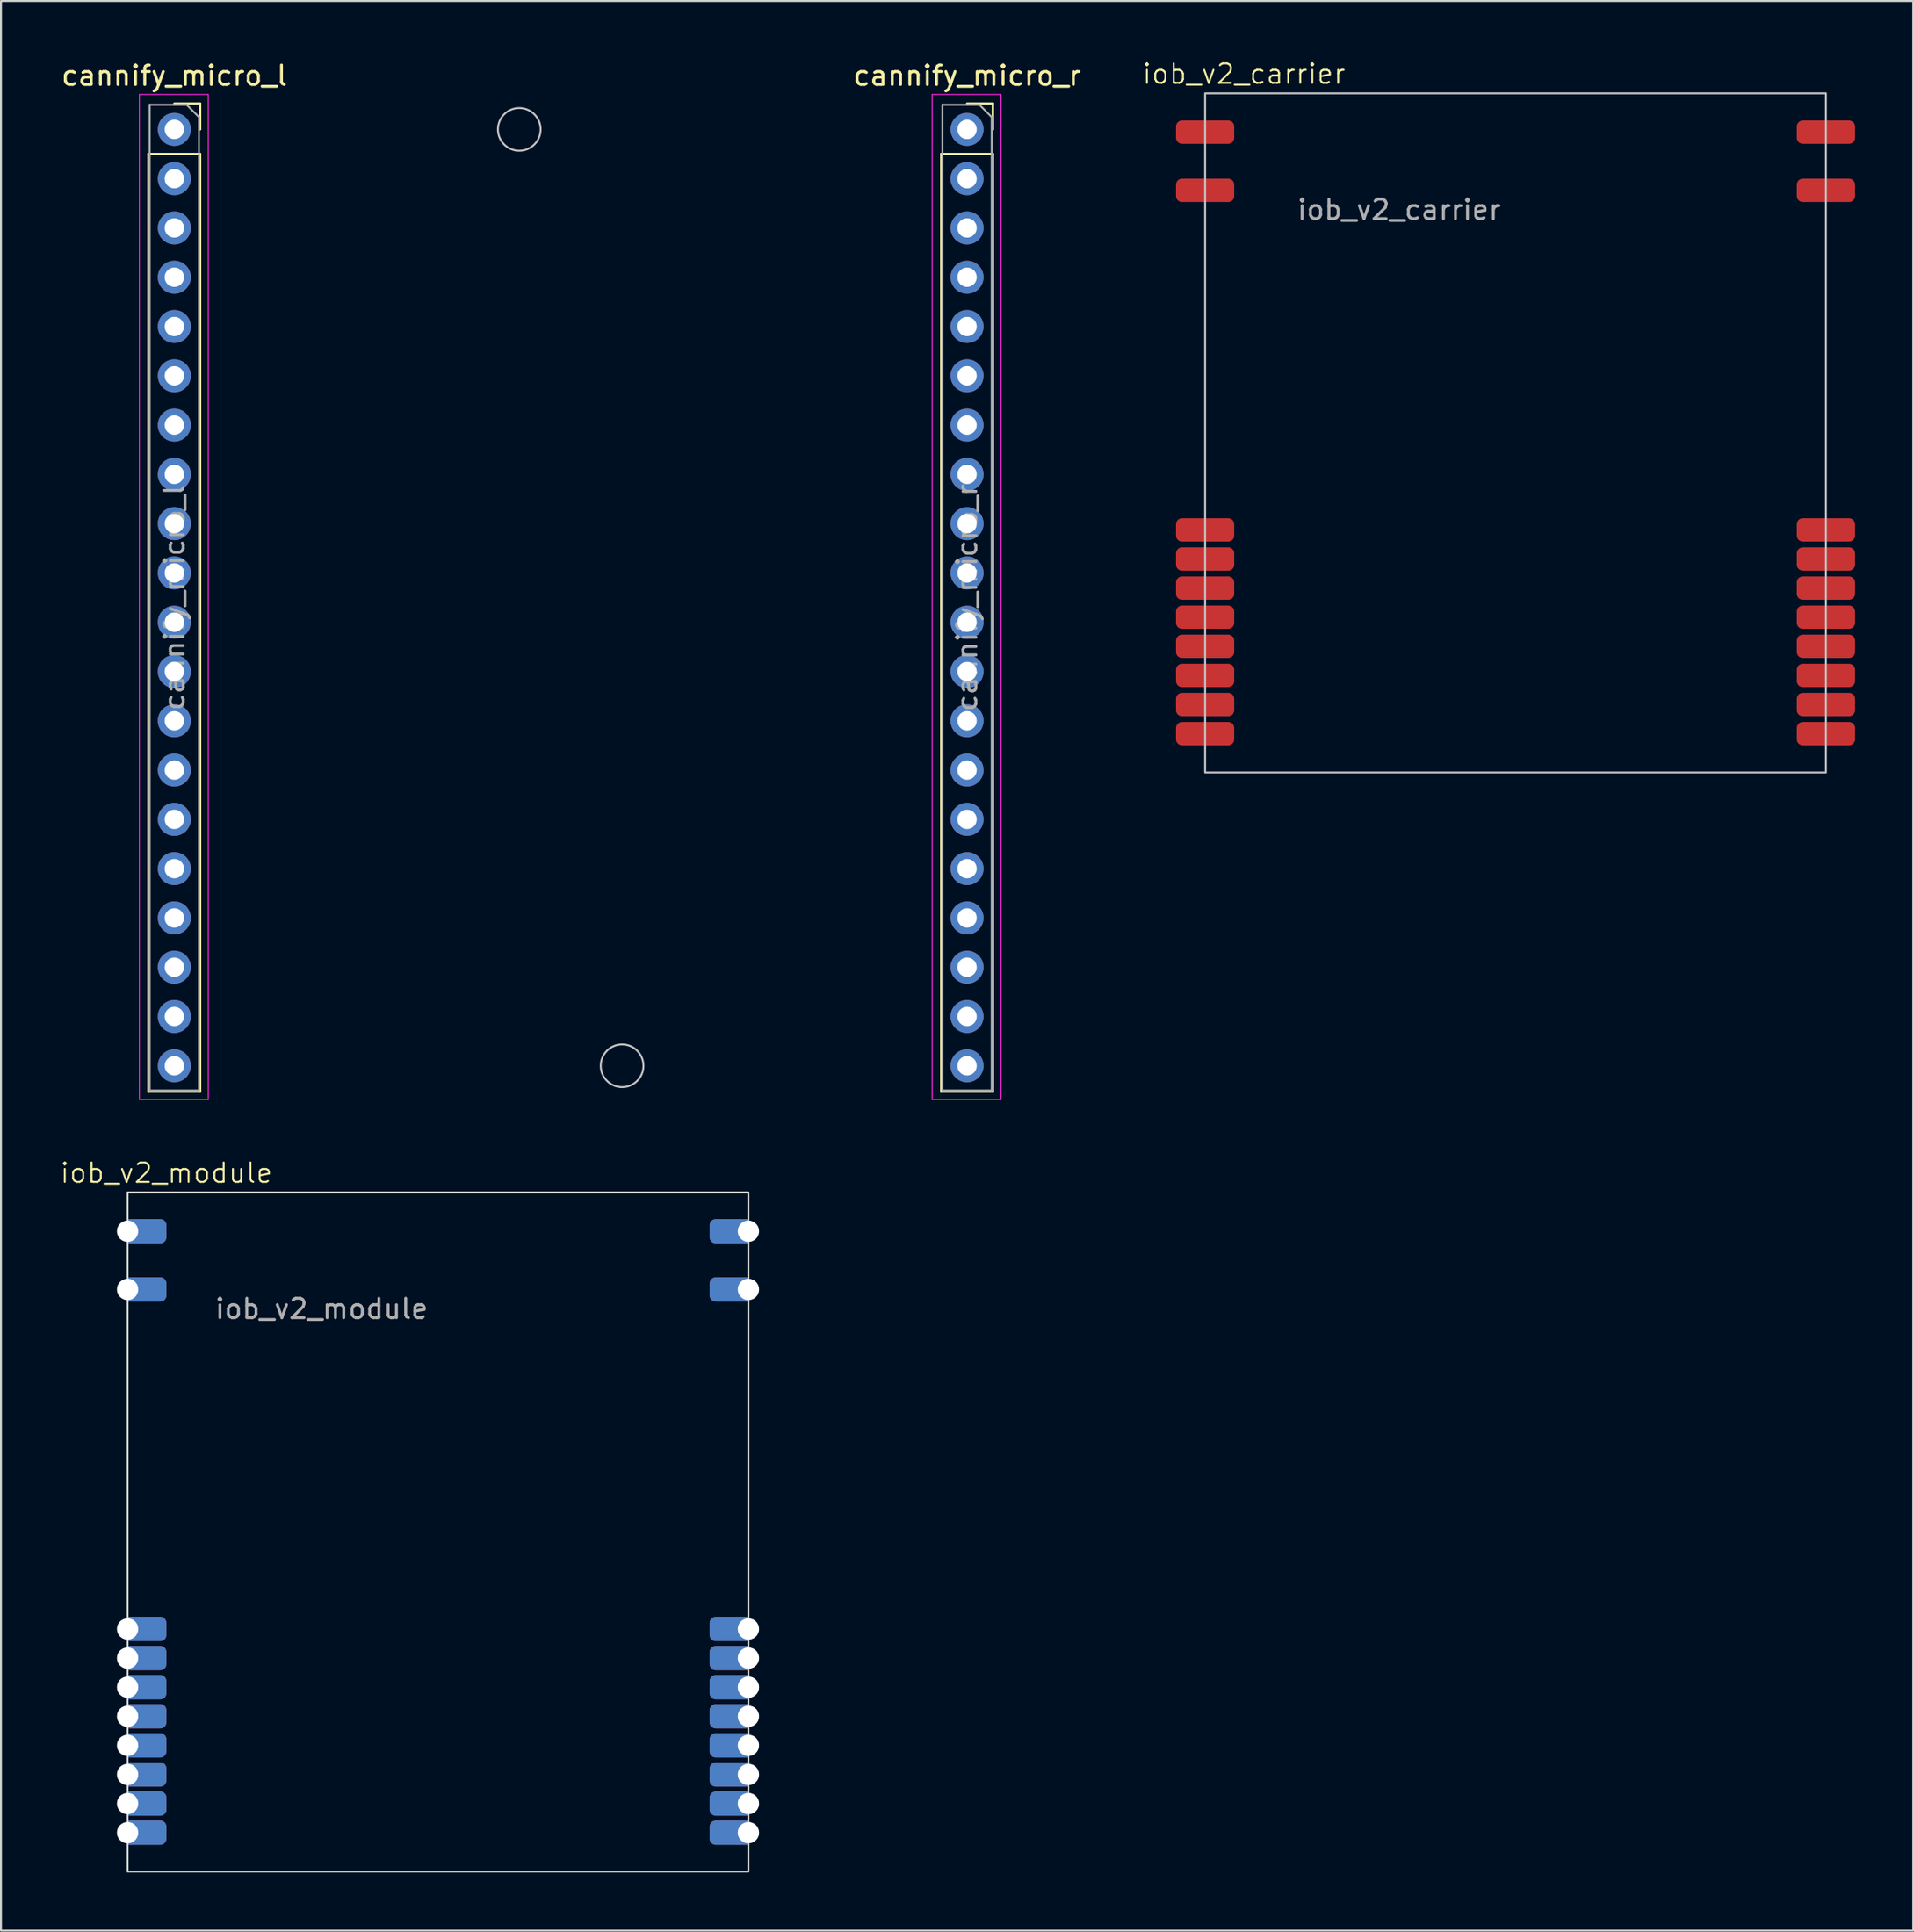
<source format=kicad_pcb>
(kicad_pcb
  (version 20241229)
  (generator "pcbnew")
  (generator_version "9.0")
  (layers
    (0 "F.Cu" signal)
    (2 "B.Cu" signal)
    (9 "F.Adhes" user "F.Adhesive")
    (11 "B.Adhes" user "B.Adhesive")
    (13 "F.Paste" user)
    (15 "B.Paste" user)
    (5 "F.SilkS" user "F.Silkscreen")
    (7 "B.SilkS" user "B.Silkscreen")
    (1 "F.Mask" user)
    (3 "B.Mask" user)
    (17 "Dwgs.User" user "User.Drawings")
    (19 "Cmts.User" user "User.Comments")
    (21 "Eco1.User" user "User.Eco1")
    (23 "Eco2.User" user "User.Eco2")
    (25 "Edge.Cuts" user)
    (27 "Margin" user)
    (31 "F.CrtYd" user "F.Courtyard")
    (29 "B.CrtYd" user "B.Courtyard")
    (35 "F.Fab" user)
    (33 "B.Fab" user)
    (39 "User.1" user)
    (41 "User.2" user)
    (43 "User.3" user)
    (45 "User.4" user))
  (footprint "iob_v2_carrier"
    (layer "F.Cu")
    (at 59.065 1.76)
    (property "Reference" "iob_v2_carrier" (at 2 -1 0) (unlocked yes) (layer "F.SilkS") (effects (font (size 1 1) (thickness 0.1))))
    (attr smd exclude_from_bom)
    (fp_rect (start 0 0) (end 32 35) (stroke (width 0.1) (type default)) (fill no) (layer "Dwgs.User"))
    (fp_text user "${REFERENCE}" (at 10 6 0) (unlocked yes) (layer "F.Fab") (effects (font (size 1 1) (thickness 0.15))))
    (pad "1" smd roundrect (at 0 22.5) (size 3 1.2) (layers "F.Cu" "F.Mask" "F.Paste") (roundrect_rratio 0.25))
    (pad "2" smd roundrect (at 0 24) (size 3 1.2) (layers "F.Cu" "F.Mask" "F.Paste") (roundrect_rratio 0.25))
    (pad "3" smd roundrect (at 0 25.5) (size 3 1.2) (layers "F.Cu" "F.Mask" "F.Paste") (roundrect_rratio 0.25))
    (pad "4" smd roundrect (at 0 27) (size 3 1.2) (layers "F.Cu" "F.Mask" "F.Paste") (roundrect_rratio 0.25))
    (pad "5" smd roundrect (at 0 28.5) (size 3 1.2) (layers "F.Cu" "F.Mask" "F.Paste") (roundrect_rratio 0.25))
    (pad "6" smd roundrect (at 0 30) (size 3 1.2) (layers "F.Cu" "F.Mask" "F.Paste") (roundrect_rratio 0.25))
    (pad "7" smd roundrect (at 0 31.5) (size 3 1.2) (layers "F.Cu" "F.Mask" "F.Paste") (roundrect_rratio 0.25))
    (pad "8" smd roundrect (at 0 33) (size 3 1.2) (layers "F.Cu" "F.Mask" "F.Paste") (roundrect_rratio 0.25))
    (pad "9" smd roundrect (at 32 33) (size 3 1.2) (layers "F.Cu" "F.Mask" "F.Paste") (roundrect_rratio 0.25))
    (pad "10" smd roundrect (at 32 31.5) (size 3 1.2) (layers "F.Cu" "F.Mask" "F.Paste") (roundrect_rratio 0.25))
    (pad "11" smd roundrect (at 32 30) (size 3 1.2) (layers "F.Cu" "F.Mask" "F.Paste") (roundrect_rratio 0.25))
    (pad "12" smd roundrect (at 32 28.5) (size 3 1.2) (layers "F.Cu" "F.Mask" "F.Paste") (roundrect_rratio 0.25))
    (pad "13" smd roundrect (at 32 27) (size 3 1.2) (layers "F.Cu" "F.Mask" "F.Paste") (roundrect_rratio 0.25))
    (pad "14" smd roundrect (at 32 25.5) (size 3 1.2) (layers "F.Cu" "F.Mask" "F.Paste") (roundrect_rratio 0.25))
    (pad "15" smd roundrect (at 32 24) (size 3 1.2) (layers "F.Cu" "F.Mask" "F.Paste") (roundrect_rratio 0.25))
    (pad "16" smd roundrect (at 32 22.5) (size 3 1.2) (layers "F.Cu" "F.Mask" "F.Paste") (roundrect_rratio 0.25))
    (pad "M1" smd roundrect (at 0 2) (size 3 1.2) (layers "F.Cu" "F.Mask" "F.Paste") (roundrect_rratio 0.25))
    (pad "M2" smd roundrect (at 0 5) (size 3 1.2) (layers "F.Cu" "F.Mask" "F.Paste") (roundrect_rratio 0.25))
    (pad "M3" smd roundrect (at 32 5) (size 3 1.2) (layers "F.Cu" "F.Mask" "F.Paste") (roundrect_rratio 0.25))
    (pad "M4" smd roundrect (at 32 2) (size 3 1.2) (layers "F.Cu" "F.Mask" "F.Paste") (roundrect_rratio 0.25)))
  (footprint "cannify_micro_r"
    (layer "F.Cu")
    (at 46.795 3.618)
    (property "Reference" "cannify_micro_r" (at 0 -2.77 0) (layer "F.SilkS") (effects (font (size 1 1) (thickness 0.15))))
    (attr through_hole)
    (fp_line (start -1.33 1.27) (end -1.33 49.59) (stroke (width 0.12) (type solid)) (layer "F.SilkS"))
    (fp_line (start -1.33 1.27) (end 1.33 1.27) (stroke (width 0.12) (type solid)) (layer "F.SilkS"))
    (fp_line (start -1.33 49.59) (end 1.33 49.59) (stroke (width 0.12) (type solid)) (layer "F.SilkS"))
    (fp_line (start 0 -1.33) (end 1.33 -1.33) (stroke (width 0.12) (type solid)) (layer "F.SilkS"))
    (fp_line (start 1.33 -1.33) (end 1.33 0) (stroke (width 0.12) (type solid)) (layer "F.SilkS"))
    (fp_line (start 1.33 1.27) (end 1.33 49.59) (stroke (width 0.12) (type solid)) (layer "F.SilkS"))
    (fp_circle (center -17.78 48.26) (end -16.68 48.26) (stroke (width 0.1) (type default)) (fill no) (layer "Dwgs.User"))
    (fp_line (start -1.8 -1.8) (end 1.75 -1.8) (stroke (width 0.05) (type solid)) (layer "F.CrtYd"))
    (fp_line (start -1.8 50) (end -1.8 -1.8) (stroke (width 0.05) (type solid)) (layer "F.CrtYd"))
    (fp_line (start 1.75 -1.8) (end 1.75 50) (stroke (width 0.05) (type solid)) (layer "F.CrtYd"))
    (fp_line (start 1.75 50) (end -1.8 50) (stroke (width 0.05) (type solid)) (layer "F.CrtYd"))
    (fp_line (start -1.27 -1.27) (end 0.635 -1.27) (stroke (width 0.1) (type solid)) (layer "F.Fab"))
    (fp_line (start -1.27 49.53) (end -1.27 -1.27) (stroke (width 0.1) (type solid)) (layer "F.Fab"))
    (fp_line (start 0.635 -1.27) (end 1.27 -0.635) (stroke (width 0.1) (type solid)) (layer "F.Fab"))
    (fp_line (start 1.27 -0.635) (end 1.27 49.53) (stroke (width 0.1) (type solid)) (layer "F.Fab"))
    (fp_line (start 1.27 49.53) (end -1.27 49.53) (stroke (width 0.1) (type solid)) (layer "F.Fab"))
    (fp_text user "${REFERENCE}" (at 0 24.13 90) (layer "F.Fab") (effects (font (size 1 1) (thickness 0.15))))
    (pad "1" thru_hole circle (at 0 0) (size 1.7 1.7) (drill 1) (layers "*.Cu" "*.Mask"))
    (pad "2" thru_hole oval (at 0 2.54) (size 1.7 1.7) (drill 1) (layers "*.Cu" "*.Mask"))
    (pad "3" thru_hole oval (at 0 5.08) (size 1.7 1.7) (drill 1) (layers "*.Cu" "*.Mask"))
    (pad "4" thru_hole oval (at 0 7.62) (size 1.7 1.7) (drill 1) (layers "*.Cu" "*.Mask"))
    (pad "5" thru_hole oval (at 0 10.16) (size 1.7 1.7) (drill 1) (layers "*.Cu" "*.Mask"))
    (pad "6" thru_hole oval (at 0 12.7) (size 1.7 1.7) (drill 1) (layers "*.Cu" "*.Mask"))
    (pad "7" thru_hole oval (at 0 15.24) (size 1.7 1.7) (drill 1) (layers "*.Cu" "*.Mask"))
    (pad "8" thru_hole oval (at 0 17.78) (size 1.7 1.7) (drill 1) (layers "*.Cu" "*.Mask"))
    (pad "9" thru_hole oval (at 0 20.32) (size 1.7 1.7) (drill 1) (layers "*.Cu" "*.Mask"))
    (pad "10" thru_hole oval (at 0 22.86) (size 1.7 1.7) (drill 1) (layers "*.Cu" "*.Mask"))
    (pad "11" thru_hole oval (at 0 25.4) (size 1.7 1.7) (drill 1) (layers "*.Cu" "*.Mask"))
    (pad "12" thru_hole oval (at 0 27.94) (size 1.7 1.7) (drill 1) (layers "*.Cu" "*.Mask"))
    (pad "13" thru_hole oval (at 0 30.48) (size 1.7 1.7) (drill 1) (layers "*.Cu" "*.Mask"))
    (pad "14" thru_hole oval (at 0 33.02) (size 1.7 1.7) (drill 1) (layers "*.Cu" "*.Mask"))
    (pad "15" thru_hole oval (at 0 35.56) (size 1.7 1.7) (drill 1) (layers "*.Cu" "*.Mask"))
    (pad "16" thru_hole oval (at 0 38.1) (size 1.7 1.7) (drill 1) (layers "*.Cu" "*.Mask"))
    (pad "17" thru_hole oval (at 0 40.64) (size 1.7 1.7) (drill 1) (layers "*.Cu" "*.Mask"))
    (pad "18" thru_hole oval (at 0 43.18) (size 1.7 1.7) (drill 1) (layers "*.Cu" "*.Mask"))
    (pad "19" thru_hole oval (at 0 45.72) (size 1.7 1.7) (drill 1) (layers "*.Cu" "*.Mask"))
    (pad "20" thru_hole oval (at 0 48.26) (size 1.7 1.7) (drill 1) (layers "*.Cu" "*.Mask")))
  (footprint "iob_v2_module"
    (layer "F.Cu")
    (at 3.526 58.404)
    (property "Reference" "iob_v2_module" (at 2 -1 0) (unlocked yes) (layer "F.SilkS") (effects (font (size 1 1) (thickness 0.1))))
    (attr smd)
    (fp_rect (start 0 0) (end 32 35) (stroke (width 0.1) (type default)) (fill no) (layer "Edge.Cuts"))
    (fp_text user "${REFERENCE}" (at 10 6 0) (unlocked yes) (layer "F.Fab") (effects (font (size 1 1) (thickness 0.15))))
    (pad "1" thru_hole roundrect (at 0 22.5) (size 2 1.25) (drill 1.1 (offset 1 0)) (layers "*.Cu" "*.Mask") (roundrect_rratio 0.25) (chamfer_ratio 0) (chamfer top_left bottom_left))
    (pad "2" thru_hole roundrect (at 0 24) (size 2 1.25) (drill 1.1 (offset 1 0)) (layers "*.Cu" "*.Mask") (roundrect_rratio 0.25) (chamfer_ratio 0) (chamfer top_left bottom_left))
    (pad "3" thru_hole roundrect (at 0 25.5) (size 2 1.25) (drill 1.1 (offset 1 0)) (layers "*.Cu" "*.Mask") (roundrect_rratio 0.25) (chamfer_ratio 0) (chamfer top_left bottom_left))
    (pad "4" thru_hole roundrect (at 0 27) (size 2 1.25) (drill 1.1 (offset 1 0)) (layers "*.Cu" "*.Mask") (roundrect_rratio 0.25) (chamfer_ratio 0) (chamfer top_left bottom_left))
    (pad "5" thru_hole roundrect (at 0 28.5) (size 2 1.25) (drill 1.1 (offset 1 0)) (layers "*.Cu" "*.Mask") (roundrect_rratio 0.25) (chamfer_ratio 0) (chamfer top_left bottom_left))
    (pad "6" thru_hole roundrect (at 0 30) (size 2 1.25) (drill 1.1 (offset 1 0)) (layers "*.Cu" "*.Mask") (roundrect_rratio 0.25) (chamfer_ratio 0) (chamfer top_left bottom_left))
    (pad "7" thru_hole roundrect (at 0 31.5) (size 2 1.25) (drill 1.1 (offset 1 0)) (layers "*.Cu" "*.Mask") (roundrect_rratio 0.25) (chamfer_ratio 0) (chamfer top_left bottom_left))
    (pad "8" thru_hole roundrect (at 0 33) (size 2 1.25) (drill 1.1 (offset 1 0)) (layers "*.Cu" "*.Mask") (roundrect_rratio 0.25) (chamfer_ratio 0) (chamfer top_left bottom_left))
    (pad "9" thru_hole roundrect (at 32 33) (size 2 1.25) (drill 1.1 (offset -1 0)) (layers "*.Cu" "*.Mask") (roundrect_rratio 0.25) (chamfer_ratio 0) (chamfer top_right bottom_right))
    (pad "10" thru_hole roundrect (at 32 31.5) (size 2 1.25) (drill 1.1 (offset -1 0)) (layers "*.Cu" "*.Mask") (roundrect_rratio 0.25) (chamfer_ratio 0) (chamfer top_right bottom_right))
    (pad "11" thru_hole roundrect (at 32 30) (size 2 1.25) (drill 1.1 (offset -1 0)) (layers "*.Cu" "*.Mask") (roundrect_rratio 0.25) (chamfer_ratio 0) (chamfer top_right bottom_right))
    (pad "12" thru_hole roundrect (at 32 28.5) (size 2 1.25) (drill 1.1 (offset -1 0)) (layers "*.Cu" "*.Mask") (roundrect_rratio 0.25) (chamfer_ratio 0) (chamfer top_right bottom_right))
    (pad "13" thru_hole roundrect (at 32 27) (size 2 1.25) (drill 1.1 (offset -1 0)) (layers "*.Cu" "*.Mask") (roundrect_rratio 0.25) (chamfer_ratio 0) (chamfer top_right bottom_right))
    (pad "14" thru_hole roundrect (at 32 25.5) (size 2 1.25) (drill 1.1 (offset -1 0)) (layers "*.Cu" "*.Mask") (roundrect_rratio 0.25) (chamfer_ratio 0) (chamfer top_right bottom_right))
    (pad "15" thru_hole roundrect (at 32 24) (size 2 1.25) (drill 1.1 (offset -1 0)) (layers "*.Cu" "*.Mask") (roundrect_rratio 0.25) (chamfer_ratio 0) (chamfer top_right bottom_right))
    (pad "16" thru_hole roundrect (at 32 22.5) (size 2 1.25) (drill 1.1 (offset -1 0)) (layers "*.Cu" "*.Mask") (roundrect_rratio 0.25) (chamfer_ratio 0) (chamfer top_right bottom_right))
    (pad "M1" thru_hole roundrect (at 0 2) (size 2 1.25) (drill 1.1 (offset 1 0)) (layers "*.Cu" "*.Mask") (roundrect_rratio 0.25) (chamfer_ratio 0) (chamfer top_left bottom_left))
    (pad "M2" thru_hole roundrect (at 0 5) (size 2 1.25) (drill 1.1 (offset 1 0)) (layers "*.Cu" "*.Mask") (roundrect_rratio 0.25) (chamfer_ratio 0) (chamfer top_left bottom_left))
    (pad "M3" thru_hole roundrect (at 32 5) (size 2 1.25) (drill 1.1 (offset -1 0)) (layers "*.Cu" "*.Mask") (roundrect_rratio 0.25) (chamfer_ratio 0) (chamfer top_right bottom_right))
    (pad "M4" thru_hole roundrect (at 32 2) (size 2 1.25) (drill 1.1 (offset -1 0)) (layers "*.Cu" "*.Mask") (roundrect_rratio 0.25) (chamfer_ratio 0) (chamfer top_right bottom_right)))
  (footprint "cannify_micro_l"
    (layer "F.Cu")
    (at 5.935 3.618)
    (property "Reference" "cannify_micro_l" (at 0 -2.77 0) (layer "F.SilkS") (effects (font (size 1 1) (thickness 0.15))))
    (attr through_hole)
    (fp_line (start -1.33 1.27) (end -1.33 49.59) (stroke (width 0.12) (type solid)) (layer "F.SilkS"))
    (fp_line (start -1.33 1.27) (end 1.33 1.27) (stroke (width 0.12) (type solid)) (layer "F.SilkS"))
    (fp_line (start -1.33 49.59) (end 1.33 49.59) (stroke (width 0.12) (type solid)) (layer "F.SilkS"))
    (fp_line (start 0 -1.33) (end 1.33 -1.33) (stroke (width 0.12) (type solid)) (layer "F.SilkS"))
    (fp_line (start 1.33 -1.33) (end 1.33 0) (stroke (width 0.12) (type solid)) (layer "F.SilkS"))
    (fp_line (start 1.33 1.27) (end 1.33 49.59) (stroke (width 0.12) (type solid)) (layer "F.SilkS"))
    (fp_circle (center 17.78 0) (end 18.88 0) (stroke (width 0.1) (type default)) (fill no) (layer "Dwgs.User"))
    (fp_line (start -1.8 -1.8) (end 1.75 -1.8) (stroke (width 0.05) (type solid)) (layer "F.CrtYd"))
    (fp_line (start -1.8 50) (end -1.8 -1.8) (stroke (width 0.05) (type solid)) (layer "F.CrtYd"))
    (fp_line (start 1.75 -1.8) (end 1.75 50) (stroke (width 0.05) (type solid)) (layer "F.CrtYd"))
    (fp_line (start 1.75 50) (end -1.8 50) (stroke (width 0.05) (type solid)) (layer "F.CrtYd"))
    (fp_line (start -1.27 -1.27) (end 0.635 -1.27) (stroke (width 0.1) (type solid)) (layer "F.Fab"))
    (fp_line (start -1.27 49.53) (end -1.27 -1.27) (stroke (width 0.1) (type solid)) (layer "F.Fab"))
    (fp_line (start 0.635 -1.27) (end 1.27 -0.635) (stroke (width 0.1) (type solid)) (layer "F.Fab"))
    (fp_line (start 1.27 -0.635) (end 1.27 49.53) (stroke (width 0.1) (type solid)) (layer "F.Fab"))
    (fp_line (start 1.27 49.53) (end -1.27 49.53) (stroke (width 0.1) (type solid)) (layer "F.Fab"))
    (fp_text user "${REFERENCE}" (at 0 24.13 90) (layer "F.Fab") (effects (font (size 1 1) (thickness 0.15))))
    (pad "1" thru_hole circle (at 0 0) (size 1.7 1.7) (drill 1) (layers "*.Cu" "*.Mask"))
    (pad "2" thru_hole oval (at 0 2.54) (size 1.7 1.7) (drill 1) (layers "*.Cu" "*.Mask"))
    (pad "3" thru_hole oval (at 0 5.08) (size 1.7 1.7) (drill 1) (layers "*.Cu" "*.Mask"))
    (pad "4" thru_hole oval (at 0 7.62) (size 1.7 1.7) (drill 1) (layers "*.Cu" "*.Mask"))
    (pad "5" thru_hole oval (at 0 10.16) (size 1.7 1.7) (drill 1) (layers "*.Cu" "*.Mask"))
    (pad "6" thru_hole oval (at 0 12.7) (size 1.7 1.7) (drill 1) (layers "*.Cu" "*.Mask"))
    (pad "7" thru_hole oval (at 0 15.24) (size 1.7 1.7) (drill 1) (layers "*.Cu" "*.Mask"))
    (pad "8" thru_hole oval (at 0 17.78) (size 1.7 1.7) (drill 1) (layers "*.Cu" "*.Mask"))
    (pad "9" thru_hole oval (at 0 20.32) (size 1.7 1.7) (drill 1) (layers "*.Cu" "*.Mask"))
    (pad "10" thru_hole oval (at 0 22.86) (size 1.7 1.7) (drill 1) (layers "*.Cu" "*.Mask"))
    (pad "11" thru_hole oval (at 0 25.4) (size 1.7 1.7) (drill 1) (layers "*.Cu" "*.Mask"))
    (pad "12" thru_hole oval (at 0 27.94) (size 1.7 1.7) (drill 1) (layers "*.Cu" "*.Mask"))
    (pad "13" thru_hole oval (at 0 30.48) (size 1.7 1.7) (drill 1) (layers "*.Cu" "*.Mask"))
    (pad "14" thru_hole oval (at 0 33.02) (size 1.7 1.7) (drill 1) (layers "*.Cu" "*.Mask"))
    (pad "15" thru_hole oval (at 0 35.56) (size 1.7 1.7) (drill 1) (layers "*.Cu" "*.Mask"))
    (pad "16" thru_hole oval (at 0 38.1) (size 1.7 1.7) (drill 1) (layers "*.Cu" "*.Mask"))
    (pad "17" thru_hole oval (at 0 40.64) (size 1.7 1.7) (drill 1) (layers "*.Cu" "*.Mask"))
    (pad "18" thru_hole oval (at 0 43.18) (size 1.7 1.7) (drill 1) (layers "*.Cu" "*.Mask"))
    (pad "19" thru_hole oval (at 0 45.72) (size 1.7 1.7) (drill 1) (layers "*.Cu" "*.Mask"))
    (pad "20" thru_hole oval (at 0 48.26) (size 1.7 1.7) (drill 1) (layers "*.Cu" "*.Mask")))
  (gr_rect
    (start -3 -3)
    (end 95.565 96.454)
    (stroke (width 0.1) (type default))
    (fill no)
    (layer "Edge.Cuts")))
</source>
